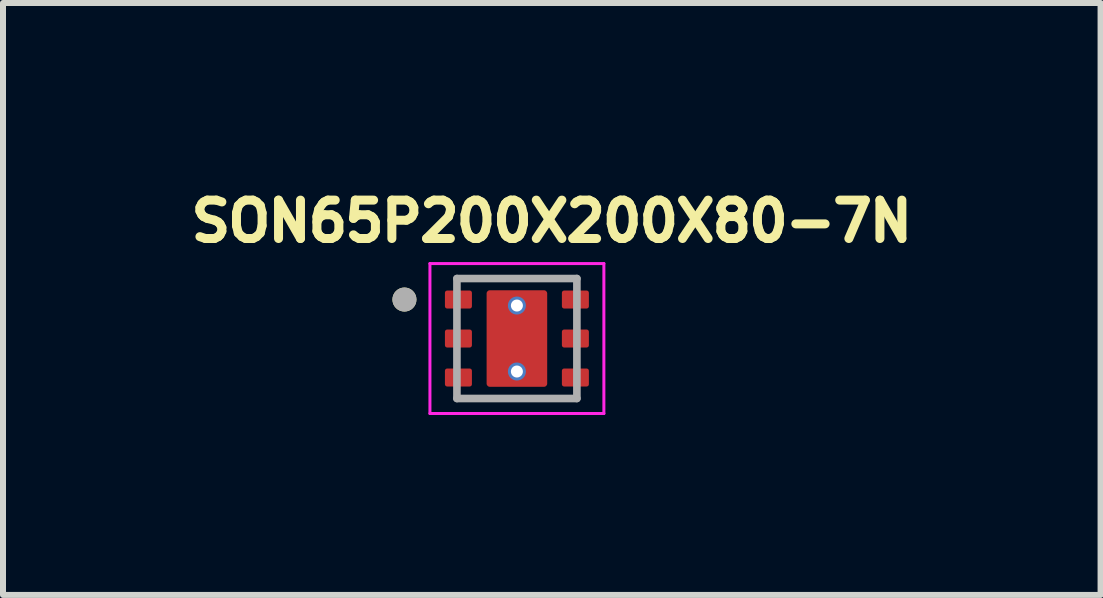
<source format=kicad_pcb>
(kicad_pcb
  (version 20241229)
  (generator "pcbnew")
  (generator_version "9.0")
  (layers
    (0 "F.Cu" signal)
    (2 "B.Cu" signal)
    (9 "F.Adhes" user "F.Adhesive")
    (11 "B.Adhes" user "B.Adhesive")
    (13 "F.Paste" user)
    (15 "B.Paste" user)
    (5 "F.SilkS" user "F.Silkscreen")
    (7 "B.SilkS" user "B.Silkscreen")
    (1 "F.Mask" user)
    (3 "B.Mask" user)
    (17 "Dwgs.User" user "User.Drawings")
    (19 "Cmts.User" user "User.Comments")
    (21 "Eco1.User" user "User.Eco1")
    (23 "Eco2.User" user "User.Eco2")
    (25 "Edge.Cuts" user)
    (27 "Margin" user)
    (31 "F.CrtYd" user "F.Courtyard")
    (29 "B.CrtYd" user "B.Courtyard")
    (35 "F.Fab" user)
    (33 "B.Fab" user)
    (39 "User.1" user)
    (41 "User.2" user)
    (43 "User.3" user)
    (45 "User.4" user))
  (footprint "SON65P200X200X80-7N"
    (layer "F.Cu")
    (at 5.568 2.594)
    (property "Reference" "SON65P200X200X80-7N" (at 0.582 -1.956 0) (layer "F.SilkS") (effects (font (size 0.64 0.64) (thickness 0.15))))
    (attr smd)
    (fp_poly (pts (xy -1.22 -0.87) (xy -0.73 -0.87) (xy -0.727 -0.87) (xy -0.725 -0.87) (xy -0.722 -0.869) (xy -0.72 -0.869) (xy -0.717 -0.868) (xy -0.715 -0.868) (xy -0.712 -0.867) (xy -0.71 -0.866) (xy -0.707 -0.865) (xy -0.705 -0.863) (xy -0.703 -0.862) (xy -0.701 -0.86) (xy -0.699 -0.859) (xy -0.697 -0.857) (xy -0.695 -0.855) (xy -0.693 -0.853) (xy -0.691 -0.851) (xy -0.69 -0.849) (xy -0.688 -0.847) (xy -0.687 -0.845) (xy -0.685 -0.843) (xy -0.684 -0.84) (xy -0.683 -0.838) (xy -0.682 -0.835) (xy -0.682 -0.833) (xy -0.681 -0.83) (xy -0.681 -0.828) (xy -0.68 -0.825) (xy -0.68 -0.823) (xy -0.68 -0.82) (xy -0.68 -0.48) (xy -0.68 -0.477) (xy -0.68 -0.475) (xy -0.681 -0.472) (xy -0.681 -0.47) (xy -0.682 -0.467) (xy -0.682 -0.465) (xy -0.683 -0.462) (xy -0.684 -0.46) (xy -0.685 -0.457) (xy -0.687 -0.455) (xy -0.688 -0.453) (xy -0.69 -0.451) (xy -0.691 -0.449) (xy -0.693 -0.447) (xy -0.695 -0.445) (xy -0.697 -0.443) (xy -0.699 -0.441) (xy -0.701 -0.44) (xy -0.703 -0.438) (xy -0.705 -0.437) (xy -0.707 -0.435) (xy -0.71 -0.434) (xy -0.712 -0.433) (xy -0.715 -0.432) (xy -0.717 -0.432) (xy -0.72 -0.431) (xy -0.722 -0.431) (xy -0.725 -0.43) (xy -0.727 -0.43) (xy -0.73 -0.43) (xy -1.22 -0.43) (xy -1.223 -0.43) (xy -1.225 -0.43) (xy -1.228 -0.431) (xy -1.23 -0.431) (xy -1.233 -0.432) (xy -1.235 -0.432) (xy -1.238 -0.433) (xy -1.24 -0.434) (xy -1.243 -0.435) (xy -1.245 -0.437) (xy -1.247 -0.438) (xy -1.249 -0.44) (xy -1.251 -0.441) (xy -1.253 -0.443) (xy -1.255 -0.445) (xy -1.257 -0.447) (xy -1.259 -0.449) (xy -1.26 -0.451) (xy -1.262 -0.453) (xy -1.263 -0.455) (xy -1.265 -0.457) (xy -1.266 -0.46) (xy -1.267 -0.462) (xy -1.268 -0.465) (xy -1.268 -0.467) (xy -1.269 -0.47) (xy -1.269 -0.472) (xy -1.27 -0.475) (xy -1.27 -0.477) (xy -1.27 -0.48) (xy -1.27 -0.82) (xy -1.27 -0.823) (xy -1.27 -0.825) (xy -1.269 -0.828) (xy -1.269 -0.83) (xy -1.268 -0.833) (xy -1.268 -0.835) (xy -1.267 -0.838) (xy -1.266 -0.84) (xy -1.265 -0.843) (xy -1.263 -0.845) (xy -1.262 -0.847) (xy -1.26 -0.849) (xy -1.259 -0.851) (xy -1.257 -0.853) (xy -1.255 -0.855) (xy -1.253 -0.857) (xy -1.251 -0.859) (xy -1.249 -0.86) (xy -1.247 -0.862) (xy -1.245 -0.863) (xy -1.243 -0.865) (xy -1.24 -0.866) (xy -1.238 -0.867) (xy -1.235 -0.868) (xy -1.233 -0.868) (xy -1.23 -0.869) (xy -1.228 -0.869) (xy -1.225 -0.87) (xy -1.223 -0.87) (xy -1.22 -0.87)) (stroke (width 0.01) (type solid)) (fill yes) (layer "F.Mask"))
    (fp_poly (pts (xy -1.22 -0.22) (xy -0.73 -0.22) (xy -0.727 -0.22) (xy -0.725 -0.22) (xy -0.722 -0.219) (xy -0.72 -0.219) (xy -0.717 -0.218) (xy -0.715 -0.218) (xy -0.712 -0.217) (xy -0.71 -0.216) (xy -0.707 -0.215) (xy -0.705 -0.213) (xy -0.703 -0.212) (xy -0.701 -0.21) (xy -0.699 -0.209) (xy -0.697 -0.207) (xy -0.695 -0.205) (xy -0.693 -0.203) (xy -0.691 -0.201) (xy -0.69 -0.199) (xy -0.688 -0.197) (xy -0.687 -0.195) (xy -0.685 -0.193) (xy -0.684 -0.19) (xy -0.683 -0.188) (xy -0.682 -0.185) (xy -0.682 -0.183) (xy -0.681 -0.18) (xy -0.681 -0.178) (xy -0.68 -0.175) (xy -0.68 -0.173) (xy -0.68 -0.17) (xy -0.68 0.17) (xy -0.68 0.173) (xy -0.68 0.175) (xy -0.681 0.178) (xy -0.681 0.18) (xy -0.682 0.183) (xy -0.682 0.185) (xy -0.683 0.188) (xy -0.684 0.19) (xy -0.685 0.193) (xy -0.687 0.195) (xy -0.688 0.197) (xy -0.69 0.199) (xy -0.691 0.201) (xy -0.693 0.203) (xy -0.695 0.205) (xy -0.697 0.207) (xy -0.699 0.209) (xy -0.701 0.21) (xy -0.703 0.212) (xy -0.705 0.213) (xy -0.707 0.215) (xy -0.71 0.216) (xy -0.712 0.217) (xy -0.715 0.218) (xy -0.717 0.218) (xy -0.72 0.219) (xy -0.722 0.219) (xy -0.725 0.22) (xy -0.727 0.22) (xy -0.73 0.22) (xy -1.22 0.22) (xy -1.223 0.22) (xy -1.225 0.22) (xy -1.228 0.219) (xy -1.23 0.219) (xy -1.233 0.218) (xy -1.235 0.218) (xy -1.238 0.217) (xy -1.24 0.216) (xy -1.243 0.215) (xy -1.245 0.213) (xy -1.247 0.212) (xy -1.249 0.21) (xy -1.251 0.209) (xy -1.253 0.207) (xy -1.255 0.205) (xy -1.257 0.203) (xy -1.259 0.201) (xy -1.26 0.199) (xy -1.262 0.197) (xy -1.263 0.195) (xy -1.265 0.193) (xy -1.266 0.19) (xy -1.267 0.188) (xy -1.268 0.185) (xy -1.268 0.183) (xy -1.269 0.18) (xy -1.269 0.178) (xy -1.27 0.175) (xy -1.27 0.173) (xy -1.27 0.17) (xy -1.27 -0.17) (xy -1.27 -0.173) (xy -1.27 -0.175) (xy -1.269 -0.178) (xy -1.269 -0.18) (xy -1.268 -0.183) (xy -1.268 -0.185) (xy -1.267 -0.188) (xy -1.266 -0.19) (xy -1.265 -0.193) (xy -1.263 -0.195) (xy -1.262 -0.197) (xy -1.26 -0.199) (xy -1.259 -0.201) (xy -1.257 -0.203) (xy -1.255 -0.205) (xy -1.253 -0.207) (xy -1.251 -0.209) (xy -1.249 -0.21) (xy -1.247 -0.212) (xy -1.245 -0.213) (xy -1.243 -0.215) (xy -1.24 -0.216) (xy -1.238 -0.217) (xy -1.235 -0.218) (xy -1.233 -0.218) (xy -1.23 -0.219) (xy -1.228 -0.219) (xy -1.225 -0.22) (xy -1.223 -0.22) (xy -1.22 -0.22)) (stroke (width 0.01) (type solid)) (fill yes) (layer "F.Mask"))
    (fp_poly (pts (xy -1.22 0.43) (xy -0.73 0.43) (xy -0.727 0.43) (xy -0.725 0.43) (xy -0.722 0.431) (xy -0.72 0.431) (xy -0.717 0.432) (xy -0.715 0.432) (xy -0.712 0.433) (xy -0.71 0.434) (xy -0.707 0.435) (xy -0.705 0.437) (xy -0.703 0.438) (xy -0.701 0.44) (xy -0.699 0.441) (xy -0.697 0.443) (xy -0.695 0.445) (xy -0.693 0.447) (xy -0.691 0.449) (xy -0.69 0.451) (xy -0.688 0.453) (xy -0.687 0.455) (xy -0.685 0.457) (xy -0.684 0.46) (xy -0.683 0.462) (xy -0.682 0.465) (xy -0.682 0.467) (xy -0.681 0.47) (xy -0.681 0.472) (xy -0.68 0.475) (xy -0.68 0.477) (xy -0.68 0.48) (xy -0.68 0.82) (xy -0.68 0.823) (xy -0.68 0.825) (xy -0.681 0.828) (xy -0.681 0.83) (xy -0.682 0.833) (xy -0.682 0.835) (xy -0.683 0.838) (xy -0.684 0.84) (xy -0.685 0.843) (xy -0.687 0.845) (xy -0.688 0.847) (xy -0.69 0.849) (xy -0.691 0.851) (xy -0.693 0.853) (xy -0.695 0.855) (xy -0.697 0.857) (xy -0.699 0.859) (xy -0.701 0.86) (xy -0.703 0.862) (xy -0.705 0.863) (xy -0.707 0.865) (xy -0.71 0.866) (xy -0.712 0.867) (xy -0.715 0.868) (xy -0.717 0.868) (xy -0.72 0.869) (xy -0.722 0.869) (xy -0.725 0.87) (xy -0.727 0.87) (xy -0.73 0.87) (xy -1.22 0.87) (xy -1.223 0.87) (xy -1.225 0.87) (xy -1.228 0.869) (xy -1.23 0.869) (xy -1.233 0.868) (xy -1.235 0.868) (xy -1.238 0.867) (xy -1.24 0.866) (xy -1.243 0.865) (xy -1.245 0.863) (xy -1.247 0.862) (xy -1.249 0.86) (xy -1.251 0.859) (xy -1.253 0.857) (xy -1.255 0.855) (xy -1.257 0.853) (xy -1.259 0.851) (xy -1.26 0.849) (xy -1.262 0.847) (xy -1.263 0.845) (xy -1.265 0.843) (xy -1.266 0.84) (xy -1.267 0.838) (xy -1.268 0.835) (xy -1.268 0.833) (xy -1.269 0.83) (xy -1.269 0.828) (xy -1.27 0.825) (xy -1.27 0.823) (xy -1.27 0.82) (xy -1.27 0.48) (xy -1.27 0.477) (xy -1.27 0.475) (xy -1.269 0.472) (xy -1.269 0.47) (xy -1.268 0.467) (xy -1.268 0.465) (xy -1.267 0.462) (xy -1.266 0.46) (xy -1.265 0.457) (xy -1.263 0.455) (xy -1.262 0.453) (xy -1.26 0.451) (xy -1.259 0.449) (xy -1.257 0.447) (xy -1.255 0.445) (xy -1.253 0.443) (xy -1.251 0.441) (xy -1.249 0.44) (xy -1.247 0.438) (xy -1.245 0.437) (xy -1.243 0.435) (xy -1.24 0.434) (xy -1.238 0.433) (xy -1.235 0.432) (xy -1.233 0.432) (xy -1.23 0.431) (xy -1.228 0.431) (xy -1.225 0.43) (xy -1.223 0.43) (xy -1.22 0.43)) (stroke (width 0.01) (type solid)) (fill yes) (layer "F.Mask"))
    (fp_poly (pts (xy 0.57 -0.75) (xy 0.57 0.75) (xy 0.57 0.756) (xy 0.569 0.763) (xy 0.569 0.769) (xy 0.567 0.775) (xy 0.566 0.781) (xy 0.564 0.787) (xy 0.562 0.793) (xy 0.56 0.799) (xy 0.557 0.804) (xy 0.554 0.81) (xy 0.551 0.815) (xy 0.547 0.821) (xy 0.543 0.826) (xy 0.539 0.83) (xy 0.535 0.835) (xy 0.53 0.839) (xy 0.526 0.843) (xy 0.521 0.847) (xy 0.515 0.851) (xy 0.51 0.854) (xy 0.504 0.857) (xy 0.499 0.86) (xy 0.493 0.862) (xy 0.487 0.864) (xy 0.481 0.866) (xy 0.475 0.867) (xy 0.469 0.869) (xy 0.463 0.869) (xy 0.456 0.87) (xy 0.45 0.87) (xy -0.45 0.87) (xy -0.456 0.87) (xy -0.463 0.869) (xy -0.469 0.869) (xy -0.475 0.867) (xy -0.481 0.866) (xy -0.487 0.864) (xy -0.493 0.862) (xy -0.499 0.86) (xy -0.504 0.857) (xy -0.51 0.854) (xy -0.515 0.851) (xy -0.521 0.847) (xy -0.526 0.843) (xy -0.53 0.839) (xy -0.535 0.835) (xy -0.539 0.83) (xy -0.543 0.826) (xy -0.547 0.821) (xy -0.551 0.815) (xy -0.554 0.81) (xy -0.557 0.804) (xy -0.56 0.799) (xy -0.562 0.793) (xy -0.564 0.787) (xy -0.566 0.781) (xy -0.567 0.775) (xy -0.569 0.769) (xy -0.569 0.763) (xy -0.57 0.756) (xy -0.57 0.75) (xy -0.57 -0.75) (xy -0.57 -0.756) (xy -0.569 -0.763) (xy -0.569 -0.769) (xy -0.567 -0.775) (xy -0.566 -0.781) (xy -0.564 -0.787) (xy -0.562 -0.793) (xy -0.56 -0.799) (xy -0.557 -0.804) (xy -0.554 -0.81) (xy -0.551 -0.815) (xy -0.547 -0.821) (xy -0.543 -0.826) (xy -0.539 -0.83) (xy -0.535 -0.835) (xy -0.53 -0.839) (xy -0.526 -0.843) (xy -0.521 -0.847) (xy -0.515 -0.851) (xy -0.51 -0.854) (xy -0.504 -0.857) (xy -0.499 -0.86) (xy -0.493 -0.862) (xy -0.487 -0.864) (xy -0.481 -0.866) (xy -0.475 -0.867) (xy -0.469 -0.869) (xy -0.463 -0.869) (xy -0.456 -0.87) (xy -0.45 -0.87) (xy 0.45 -0.87) (xy 0.456 -0.87) (xy 0.463 -0.869) (xy 0.469 -0.869) (xy 0.475 -0.867) (xy 0.481 -0.866) (xy 0.487 -0.864) (xy 0.493 -0.862) (xy 0.499 -0.86) (xy 0.504 -0.857) (xy 0.51 -0.854) (xy 0.515 -0.851) (xy 0.521 -0.847) (xy 0.526 -0.843) (xy 0.53 -0.839) (xy 0.535 -0.835) (xy 0.539 -0.83) (xy 0.543 -0.826) (xy 0.547 -0.821) (xy 0.551 -0.815) (xy 0.554 -0.81) (xy 0.557 -0.804) (xy 0.56 -0.799) (xy 0.562 -0.793) (xy 0.564 -0.787) (xy 0.566 -0.781) (xy 0.567 -0.775) (xy 0.569 -0.769) (xy 0.569 -0.763) (xy 0.57 -0.756) (xy 0.57 -0.75)) (stroke (width 0.01) (type solid)) (fill yes) (layer "F.Mask"))
    (fp_poly (pts (xy 0.73 -0.87) (xy 1.22 -0.87) (xy 1.223 -0.87) (xy 1.225 -0.87) (xy 1.228 -0.869) (xy 1.23 -0.869) (xy 1.233 -0.868) (xy 1.235 -0.868) (xy 1.238 -0.867) (xy 1.24 -0.866) (xy 1.243 -0.865) (xy 1.245 -0.863) (xy 1.247 -0.862) (xy 1.249 -0.86) (xy 1.251 -0.859) (xy 1.253 -0.857) (xy 1.255 -0.855) (xy 1.257 -0.853) (xy 1.259 -0.851) (xy 1.26 -0.849) (xy 1.262 -0.847) (xy 1.263 -0.845) (xy 1.265 -0.843) (xy 1.266 -0.84) (xy 1.267 -0.838) (xy 1.268 -0.835) (xy 1.268 -0.833) (xy 1.269 -0.83) (xy 1.269 -0.828) (xy 1.27 -0.825) (xy 1.27 -0.823) (xy 1.27 -0.82) (xy 1.27 -0.48) (xy 1.27 -0.477) (xy 1.27 -0.475) (xy 1.269 -0.472) (xy 1.269 -0.47) (xy 1.268 -0.467) (xy 1.268 -0.465) (xy 1.267 -0.462) (xy 1.266 -0.46) (xy 1.265 -0.457) (xy 1.263 -0.455) (xy 1.262 -0.453) (xy 1.26 -0.451) (xy 1.259 -0.449) (xy 1.257 -0.447) (xy 1.255 -0.445) (xy 1.253 -0.443) (xy 1.251 -0.441) (xy 1.249 -0.44) (xy 1.247 -0.438) (xy 1.245 -0.437) (xy 1.243 -0.435) (xy 1.24 -0.434) (xy 1.238 -0.433) (xy 1.235 -0.432) (xy 1.233 -0.432) (xy 1.23 -0.431) (xy 1.228 -0.431) (xy 1.225 -0.43) (xy 1.223 -0.43) (xy 1.22 -0.43) (xy 0.73 -0.43) (xy 0.727 -0.43) (xy 0.725 -0.43) (xy 0.722 -0.431) (xy 0.72 -0.431) (xy 0.717 -0.432) (xy 0.715 -0.432) (xy 0.712 -0.433) (xy 0.71 -0.434) (xy 0.707 -0.435) (xy 0.705 -0.437) (xy 0.703 -0.438) (xy 0.701 -0.44) (xy 0.699 -0.441) (xy 0.697 -0.443) (xy 0.695 -0.445) (xy 0.693 -0.447) (xy 0.691 -0.449) (xy 0.69 -0.451) (xy 0.688 -0.453) (xy 0.687 -0.455) (xy 0.685 -0.457) (xy 0.684 -0.46) (xy 0.683 -0.462) (xy 0.682 -0.465) (xy 0.682 -0.467) (xy 0.681 -0.47) (xy 0.681 -0.472) (xy 0.68 -0.475) (xy 0.68 -0.477) (xy 0.68 -0.48) (xy 0.68 -0.82) (xy 0.68 -0.823) (xy 0.68 -0.825) (xy 0.681 -0.828) (xy 0.681 -0.83) (xy 0.682 -0.833) (xy 0.682 -0.835) (xy 0.683 -0.838) (xy 0.684 -0.84) (xy 0.685 -0.843) (xy 0.687 -0.845) (xy 0.688 -0.847) (xy 0.69 -0.849) (xy 0.691 -0.851) (xy 0.693 -0.853) (xy 0.695 -0.855) (xy 0.697 -0.857) (xy 0.699 -0.859) (xy 0.701 -0.86) (xy 0.703 -0.862) (xy 0.705 -0.863) (xy 0.707 -0.865) (xy 0.71 -0.866) (xy 0.712 -0.867) (xy 0.715 -0.868) (xy 0.717 -0.868) (xy 0.72 -0.869) (xy 0.722 -0.869) (xy 0.725 -0.87) (xy 0.727 -0.87) (xy 0.73 -0.87)) (stroke (width 0.01) (type solid)) (fill yes) (layer "F.Mask"))
    (fp_poly (pts (xy 0.73 -0.22) (xy 1.22 -0.22) (xy 1.223 -0.22) (xy 1.225 -0.22) (xy 1.228 -0.219) (xy 1.23 -0.219) (xy 1.233 -0.218) (xy 1.235 -0.218) (xy 1.238 -0.217) (xy 1.24 -0.216) (xy 1.243 -0.215) (xy 1.245 -0.213) (xy 1.247 -0.212) (xy 1.249 -0.21) (xy 1.251 -0.209) (xy 1.253 -0.207) (xy 1.255 -0.205) (xy 1.257 -0.203) (xy 1.259 -0.201) (xy 1.26 -0.199) (xy 1.262 -0.197) (xy 1.263 -0.195) (xy 1.265 -0.193) (xy 1.266 -0.19) (xy 1.267 -0.188) (xy 1.268 -0.185) (xy 1.268 -0.183) (xy 1.269 -0.18) (xy 1.269 -0.178) (xy 1.27 -0.175) (xy 1.27 -0.173) (xy 1.27 -0.17) (xy 1.27 0.17) (xy 1.27 0.173) (xy 1.27 0.175) (xy 1.269 0.178) (xy 1.269 0.18) (xy 1.268 0.183) (xy 1.268 0.185) (xy 1.267 0.188) (xy 1.266 0.19) (xy 1.265 0.193) (xy 1.263 0.195) (xy 1.262 0.197) (xy 1.26 0.199) (xy 1.259 0.201) (xy 1.257 0.203) (xy 1.255 0.205) (xy 1.253 0.207) (xy 1.251 0.209) (xy 1.249 0.21) (xy 1.247 0.212) (xy 1.245 0.213) (xy 1.243 0.215) (xy 1.24 0.216) (xy 1.238 0.217) (xy 1.235 0.218) (xy 1.233 0.218) (xy 1.23 0.219) (xy 1.228 0.219) (xy 1.225 0.22) (xy 1.223 0.22) (xy 1.22 0.22) (xy 0.73 0.22) (xy 0.727 0.22) (xy 0.725 0.22) (xy 0.722 0.219) (xy 0.72 0.219) (xy 0.717 0.218) (xy 0.715 0.218) (xy 0.712 0.217) (xy 0.71 0.216) (xy 0.707 0.215) (xy 0.705 0.213) (xy 0.703 0.212) (xy 0.701 0.21) (xy 0.699 0.209) (xy 0.697 0.207) (xy 0.695 0.205) (xy 0.693 0.203) (xy 0.691 0.201) (xy 0.69 0.199) (xy 0.688 0.197) (xy 0.687 0.195) (xy 0.685 0.193) (xy 0.684 0.19) (xy 0.683 0.188) (xy 0.682 0.185) (xy 0.682 0.183) (xy 0.681 0.18) (xy 0.681 0.178) (xy 0.68 0.175) (xy 0.68 0.173) (xy 0.68 0.17) (xy 0.68 -0.17) (xy 0.68 -0.173) (xy 0.68 -0.175) (xy 0.681 -0.178) (xy 0.681 -0.18) (xy 0.682 -0.183) (xy 0.682 -0.185) (xy 0.683 -0.188) (xy 0.684 -0.19) (xy 0.685 -0.193) (xy 0.687 -0.195) (xy 0.688 -0.197) (xy 0.69 -0.199) (xy 0.691 -0.201) (xy 0.693 -0.203) (xy 0.695 -0.205) (xy 0.697 -0.207) (xy 0.699 -0.209) (xy 0.701 -0.21) (xy 0.703 -0.212) (xy 0.705 -0.213) (xy 0.707 -0.215) (xy 0.71 -0.216) (xy 0.712 -0.217) (xy 0.715 -0.218) (xy 0.717 -0.218) (xy 0.72 -0.219) (xy 0.722 -0.219) (xy 0.725 -0.22) (xy 0.727 -0.22) (xy 0.73 -0.22)) (stroke (width 0.01) (type solid)) (fill yes) (layer "F.Mask"))
    (fp_poly (pts (xy 0.73 0.43) (xy 1.22 0.43) (xy 1.223 0.43) (xy 1.225 0.43) (xy 1.228 0.431) (xy 1.23 0.431) (xy 1.233 0.432) (xy 1.235 0.432) (xy 1.238 0.433) (xy 1.24 0.434) (xy 1.243 0.435) (xy 1.245 0.437) (xy 1.247 0.438) (xy 1.249 0.44) (xy 1.251 0.441) (xy 1.253 0.443) (xy 1.255 0.445) (xy 1.257 0.447) (xy 1.259 0.449) (xy 1.26 0.451) (xy 1.262 0.453) (xy 1.263 0.455) (xy 1.265 0.457) (xy 1.266 0.46) (xy 1.267 0.462) (xy 1.268 0.465) (xy 1.268 0.467) (xy 1.269 0.47) (xy 1.269 0.472) (xy 1.27 0.475) (xy 1.27 0.477) (xy 1.27 0.48) (xy 1.27 0.82) (xy 1.27 0.823) (xy 1.27 0.825) (xy 1.269 0.828) (xy 1.269 0.83) (xy 1.268 0.833) (xy 1.268 0.835) (xy 1.267 0.838) (xy 1.266 0.84) (xy 1.265 0.843) (xy 1.263 0.845) (xy 1.262 0.847) (xy 1.26 0.849) (xy 1.259 0.851) (xy 1.257 0.853) (xy 1.255 0.855) (xy 1.253 0.857) (xy 1.251 0.859) (xy 1.249 0.86) (xy 1.247 0.862) (xy 1.245 0.863) (xy 1.243 0.865) (xy 1.24 0.866) (xy 1.238 0.867) (xy 1.235 0.868) (xy 1.233 0.868) (xy 1.23 0.869) (xy 1.228 0.869) (xy 1.225 0.87) (xy 1.223 0.87) (xy 1.22 0.87) (xy 0.73 0.87) (xy 0.727 0.87) (xy 0.725 0.87) (xy 0.722 0.869) (xy 0.72 0.869) (xy 0.717 0.868) (xy 0.715 0.868) (xy 0.712 0.867) (xy 0.71 0.866) (xy 0.707 0.865) (xy 0.705 0.863) (xy 0.703 0.862) (xy 0.701 0.86) (xy 0.699 0.859) (xy 0.697 0.857) (xy 0.695 0.855) (xy 0.693 0.853) (xy 0.691 0.851) (xy 0.69 0.849) (xy 0.688 0.847) (xy 0.687 0.845) (xy 0.685 0.843) (xy 0.684 0.84) (xy 0.683 0.838) (xy 0.682 0.835) (xy 0.682 0.833) (xy 0.681 0.83) (xy 0.681 0.828) (xy 0.68 0.825) (xy 0.68 0.823) (xy 0.68 0.82) (xy 0.68 0.48) (xy 0.68 0.477) (xy 0.68 0.475) (xy 0.681 0.472) (xy 0.681 0.47) (xy 0.682 0.467) (xy 0.682 0.465) (xy 0.683 0.462) (xy 0.684 0.46) (xy 0.685 0.457) (xy 0.687 0.455) (xy 0.688 0.453) (xy 0.69 0.451) (xy 0.691 0.449) (xy 0.693 0.447) (xy 0.695 0.445) (xy 0.697 0.443) (xy 0.699 0.441) (xy 0.701 0.44) (xy 0.703 0.438) (xy 0.705 0.437) (xy 0.707 0.435) (xy 0.71 0.434) (xy 0.712 0.433) (xy 0.715 0.432) (xy 0.717 0.432) (xy 0.72 0.431) (xy 0.722 0.431) (xy 0.725 0.43) (xy 0.727 0.43) (xy 0.73 0.43)) (stroke (width 0.01) (type solid)) (fill yes) (layer "F.Mask"))
    (fp_circle (center -1.875 -0.65) (end -1.775 -0.65) (stroke (width 0.2) (type solid)) (fill no) (layer "F.SilkS"))
    (fp_poly (pts (xy -0.5 -0.15) (xy -0.5 -0.75) (xy -0.5 -0.753) (xy -0.5 -0.755) (xy -0.499 -0.758) (xy -0.499 -0.76) (xy -0.498 -0.763) (xy -0.498 -0.765) (xy -0.497 -0.768) (xy -0.496 -0.77) (xy -0.495 -0.773) (xy -0.493 -0.775) (xy -0.492 -0.777) (xy -0.49 -0.779) (xy -0.489 -0.781) (xy -0.487 -0.783) (xy -0.485 -0.785) (xy -0.483 -0.787) (xy -0.481 -0.789) (xy -0.479 -0.79) (xy -0.477 -0.792) (xy -0.475 -0.793) (xy -0.473 -0.795) (xy -0.47 -0.796) (xy -0.468 -0.797) (xy -0.465 -0.798) (xy -0.463 -0.798) (xy -0.46 -0.799) (xy -0.458 -0.799) (xy -0.455 -0.8) (xy -0.453 -0.8) (xy -0.45 -0.8) (xy 0.45 -0.8) (xy 0.453 -0.8) (xy 0.455 -0.8) (xy 0.458 -0.799) (xy 0.46 -0.799) (xy 0.463 -0.798) (xy 0.465 -0.798) (xy 0.468 -0.797) (xy 0.47 -0.796) (xy 0.473 -0.795) (xy 0.475 -0.793) (xy 0.477 -0.792) (xy 0.479 -0.79) (xy 0.481 -0.789) (xy 0.483 -0.787) (xy 0.485 -0.785) (xy 0.487 -0.783) (xy 0.489 -0.781) (xy 0.49 -0.779) (xy 0.492 -0.777) (xy 0.493 -0.775) (xy 0.495 -0.773) (xy 0.496 -0.77) (xy 0.497 -0.768) (xy 0.498 -0.765) (xy 0.498 -0.763) (xy 0.499 -0.76) (xy 0.499 -0.758) (xy 0.5 -0.755) (xy 0.5 -0.753) (xy 0.5 -0.75) (xy 0.5 -0.15) (xy 0.5 -0.147) (xy 0.5 -0.145) (xy 0.499 -0.142) (xy 0.499 -0.14) (xy 0.498 -0.137) (xy 0.498 -0.135) (xy 0.497 -0.132) (xy 0.496 -0.13) (xy 0.495 -0.127) (xy 0.493 -0.125) (xy 0.492 -0.123) (xy 0.49 -0.121) (xy 0.489 -0.119) (xy 0.487 -0.117) (xy 0.485 -0.115) (xy 0.483 -0.113) (xy 0.481 -0.111) (xy 0.479 -0.11) (xy 0.477 -0.108) (xy 0.475 -0.107) (xy 0.473 -0.105) (xy 0.47 -0.104) (xy 0.468 -0.103) (xy 0.465 -0.102) (xy 0.463 -0.102) (xy 0.46 -0.101) (xy 0.458 -0.101) (xy 0.455 -0.1) (xy 0.453 -0.1) (xy 0.45 -0.1) (xy -0.45 -0.1) (xy -0.453 -0.1) (xy -0.455 -0.1) (xy -0.458 -0.101) (xy -0.46 -0.101) (xy -0.463 -0.102) (xy -0.465 -0.102) (xy -0.468 -0.103) (xy -0.47 -0.104) (xy -0.473 -0.105) (xy -0.475 -0.107) (xy -0.477 -0.108) (xy -0.479 -0.11) (xy -0.481 -0.111) (xy -0.483 -0.113) (xy -0.485 -0.115) (xy -0.487 -0.117) (xy -0.489 -0.119) (xy -0.49 -0.121) (xy -0.492 -0.123) (xy -0.493 -0.125) (xy -0.495 -0.127) (xy -0.496 -0.13) (xy -0.497 -0.132) (xy -0.498 -0.135) (xy -0.498 -0.137) (xy -0.499 -0.14) (xy -0.499 -0.142) (xy -0.5 -0.145) (xy -0.5 -0.147) (xy -0.5 -0.15)) (stroke (width 0.01) (type solid)) (fill yes) (layer "F.Paste"))
    (fp_poly (pts (xy -0.5 0.75) (xy -0.5 0.15) (xy -0.5 0.147) (xy -0.5 0.145) (xy -0.499 0.142) (xy -0.499 0.14) (xy -0.498 0.137) (xy -0.498 0.135) (xy -0.497 0.132) (xy -0.496 0.13) (xy -0.495 0.127) (xy -0.493 0.125) (xy -0.492 0.123) (xy -0.49 0.121) (xy -0.489 0.119) (xy -0.487 0.117) (xy -0.485 0.115) (xy -0.483 0.113) (xy -0.481 0.111) (xy -0.479 0.11) (xy -0.477 0.108) (xy -0.475 0.107) (xy -0.473 0.105) (xy -0.47 0.104) (xy -0.468 0.103) (xy -0.465 0.102) (xy -0.463 0.102) (xy -0.46 0.101) (xy -0.458 0.101) (xy -0.455 0.1) (xy -0.453 0.1) (xy -0.45 0.1) (xy 0.45 0.1) (xy 0.453 0.1) (xy 0.455 0.1) (xy 0.458 0.101) (xy 0.46 0.101) (xy 0.463 0.102) (xy 0.465 0.102) (xy 0.468 0.103) (xy 0.47 0.104) (xy 0.473 0.105) (xy 0.475 0.107) (xy 0.477 0.108) (xy 0.479 0.11) (xy 0.481 0.111) (xy 0.483 0.113) (xy 0.485 0.115) (xy 0.487 0.117) (xy 0.489 0.119) (xy 0.49 0.121) (xy 0.492 0.123) (xy 0.493 0.125) (xy 0.495 0.127) (xy 0.496 0.13) (xy 0.497 0.132) (xy 0.498 0.135) (xy 0.498 0.137) (xy 0.499 0.14) (xy 0.499 0.142) (xy 0.5 0.145) (xy 0.5 0.147) (xy 0.5 0.15) (xy 0.5 0.75) (xy 0.5 0.753) (xy 0.5 0.755) (xy 0.499 0.758) (xy 0.499 0.76) (xy 0.498 0.763) (xy 0.498 0.765) (xy 0.497 0.768) (xy 0.496 0.77) (xy 0.495 0.773) (xy 0.493 0.775) (xy 0.492 0.777) (xy 0.49 0.779) (xy 0.489 0.781) (xy 0.487 0.783) (xy 0.485 0.785) (xy 0.483 0.787) (xy 0.481 0.789) (xy 0.479 0.79) (xy 0.477 0.792) (xy 0.475 0.793) (xy 0.473 0.795) (xy 0.47 0.796) (xy 0.468 0.797) (xy 0.465 0.798) (xy 0.463 0.798) (xy 0.46 0.799) (xy 0.458 0.799) (xy 0.455 0.8) (xy 0.453 0.8) (xy 0.45 0.8) (xy -0.45 0.8) (xy -0.453 0.8) (xy -0.455 0.8) (xy -0.458 0.799) (xy -0.46 0.799) (xy -0.463 0.798) (xy -0.465 0.798) (xy -0.468 0.797) (xy -0.47 0.796) (xy -0.473 0.795) (xy -0.475 0.793) (xy -0.477 0.792) (xy -0.479 0.79) (xy -0.481 0.789) (xy -0.483 0.787) (xy -0.485 0.785) (xy -0.487 0.783) (xy -0.489 0.781) (xy -0.49 0.779) (xy -0.492 0.777) (xy -0.493 0.775) (xy -0.495 0.773) (xy -0.496 0.77) (xy -0.497 0.768) (xy -0.498 0.765) (xy -0.498 0.763) (xy -0.499 0.76) (xy -0.499 0.758) (xy -0.5 0.755) (xy -0.5 0.753) (xy -0.5 0.75)) (stroke (width 0.01) (type solid)) (fill yes) (layer "F.Paste"))
    (fp_line (start -1.45 -1.25) (end -1.45 1.25) (stroke (width 0.05) (type solid)) (layer "F.CrtYd"))
    (fp_line (start -1.45 1.25) (end 1.45 1.25) (stroke (width 0.05) (type solid)) (layer "F.CrtYd"))
    (fp_line (start 1.45 -1.25) (end -1.45 -1.25) (stroke (width 0.05) (type solid)) (layer "F.CrtYd"))
    (fp_line (start 1.45 1.25) (end 1.45 -1.25) (stroke (width 0.05) (type solid)) (layer "F.CrtYd"))
    (fp_line (start -1 -1) (end -1 1) (stroke (width 0.127) (type solid)) (layer "F.Fab"))
    (fp_line (start -1 -1) (end 1 -1) (stroke (width 0.127) (type solid)) (layer "F.Fab"))
    (fp_line (start -1 1) (end 1 1) (stroke (width 0.127) (type solid)) (layer "F.Fab"))
    (fp_line (start 1 -1) (end 1 1) (stroke (width 0.127) (type solid)) (layer "F.Fab"))
    (fp_circle (center -1.875 -0.65) (end -1.775 -0.65) (stroke (width 0.2) (type solid)) (fill no) (layer "F.Fab"))
    (pad "1" smd roundrect (at -0.975 -0.65) (size 0.45 0.3) (layers "F.Cu" "F.Paste") (roundrect_rratio 0.125))
    (pad "2" smd roundrect (at -0.975 0) (size 0.45 0.3) (layers "F.Cu" "F.Paste") (roundrect_rratio 0.125))
    (pad "3" smd roundrect (at -0.975 0.65) (size 0.45 0.3) (layers "F.Cu" "F.Paste") (roundrect_rratio 0.125))
    (pad "4" smd roundrect (at 0.975 0.65) (size 0.45 0.3) (layers "F.Cu" "F.Paste") (roundrect_rratio 0.125))
    (pad "5" smd roundrect (at 0.975 0) (size 0.45 0.3) (layers "F.Cu" "F.Paste") (roundrect_rratio 0.125))
    (pad "6" smd roundrect (at 0.975 -0.65) (size 0.45 0.3) (layers "F.Cu" "F.Paste") (roundrect_rratio 0.125))
    (pad "7" smd custom (at 0 0) (size 0.5 0.5) (layers "F.Cu") (options (anchor rect)) (primitives (gr_poly (pts (xy 0.5 -0.75) (xy 0.5 0.75) (xy 0.5 0.753) (xy 0.5 0.755) (xy 0.499 0.758) (xy 0.499 0.76) (xy 0.498 0.763) (xy 0.498 0.765) (xy 0.497 0.768) (xy 0.496 0.77) (xy 0.495 0.773) (xy 0.493 0.775) (xy 0.492 0.777) (xy 0.49 0.779) (xy 0.489 0.781) (xy 0.487 0.783) (xy 0.485 0.785) (xy 0.483 0.787) (xy 0.481 0.789) (xy 0.479 0.79) (xy 0.477 0.792) (xy 0.475 0.793) (xy 0.473 0.795) (xy 0.47 0.796) (xy 0.468 0.797) (xy 0.465 0.798) (xy 0.463 0.798) (xy 0.46 0.799) (xy 0.458 0.799) (xy 0.455 0.8) (xy 0.453 0.8) (xy 0.45 0.8) (xy -0.45 0.8) (xy -0.453 0.8) (xy -0.455 0.8) (xy -0.458 0.799) (xy -0.46 0.799) (xy -0.463 0.798) (xy -0.465 0.798) (xy -0.468 0.797) (xy -0.47 0.796) (xy -0.473 0.795) (xy -0.475 0.793) (xy -0.477 0.792) (xy -0.479 0.79) (xy -0.481 0.789) (xy -0.483 0.787) (xy -0.485 0.785) (xy -0.487 0.783) (xy -0.489 0.781) (xy -0.49 0.779) (xy -0.492 0.777) (xy -0.493 0.775) (xy -0.495 0.773) (xy -0.496 0.77) (xy -0.497 0.768) (xy -0.498 0.765) (xy -0.498 0.763) (xy -0.499 0.76) (xy -0.499 0.758) (xy -0.5 0.755) (xy -0.5 0.753) (xy -0.5 0.75) (xy -0.5 -0.75) (xy -0.5 -0.753) (xy -0.5 -0.755) (xy -0.499 -0.758) (xy -0.499 -0.76) (xy -0.498 -0.763) (xy -0.498 -0.765) (xy -0.497 -0.768) (xy -0.496 -0.77) (xy -0.495 -0.773) (xy -0.493 -0.775) (xy -0.492 -0.777) (xy -0.49 -0.779) (xy -0.489 -0.781) (xy -0.487 -0.783) (xy -0.485 -0.785) (xy -0.483 -0.787) (xy -0.481 -0.789) (xy -0.479 -0.79) (xy -0.477 -0.792) (xy -0.475 -0.793) (xy -0.473 -0.795) (xy -0.47 -0.796) (xy -0.468 -0.797) (xy -0.465 -0.798) (xy -0.463 -0.798) (xy -0.46 -0.799) (xy -0.458 -0.799) (xy -0.455 -0.8) (xy -0.453 -0.8) (xy -0.45 -0.8) (xy 0.45 -0.8) (xy 0.453 -0.8) (xy 0.455 -0.8) (xy 0.458 -0.799) (xy 0.46 -0.799) (xy 0.463 -0.798) (xy 0.465 -0.798) (xy 0.468 -0.797) (xy 0.47 -0.796) (xy 0.473 -0.795) (xy 0.475 -0.793) (xy 0.477 -0.792) (xy 0.479 -0.79) (xy 0.481 -0.789) (xy 0.483 -0.787) (xy 0.485 -0.785) (xy 0.487 -0.783) (xy 0.489 -0.781) (xy 0.49 -0.779) (xy 0.492 -0.777) (xy 0.493 -0.775) (xy 0.495 -0.773) (xy 0.496 -0.77) (xy 0.497 -0.768) (xy 0.498 -0.765) (xy 0.498 -0.763) (xy 0.499 -0.76) (xy 0.499 -0.758) (xy 0.5 -0.755) (xy 0.5 -0.753) (xy 0.5 -0.75)) (width 0.01) (fill yes))))
    (pad "8" thru_hole circle (at 0 0.55) (size 0.3 0.3) (drill 0.2) (layers "*.Cu"))
    (pad "9" thru_hole circle (at 0 -0.55) (size 0.3 0.3) (drill 0.2) (layers "*.Cu")))
  (gr_rect
    (start -3 -3)
    (end 15.299 6.869)
    (stroke (width 0.1) (type default))
    (fill no)
    (layer "Edge.Cuts")))
</source>
